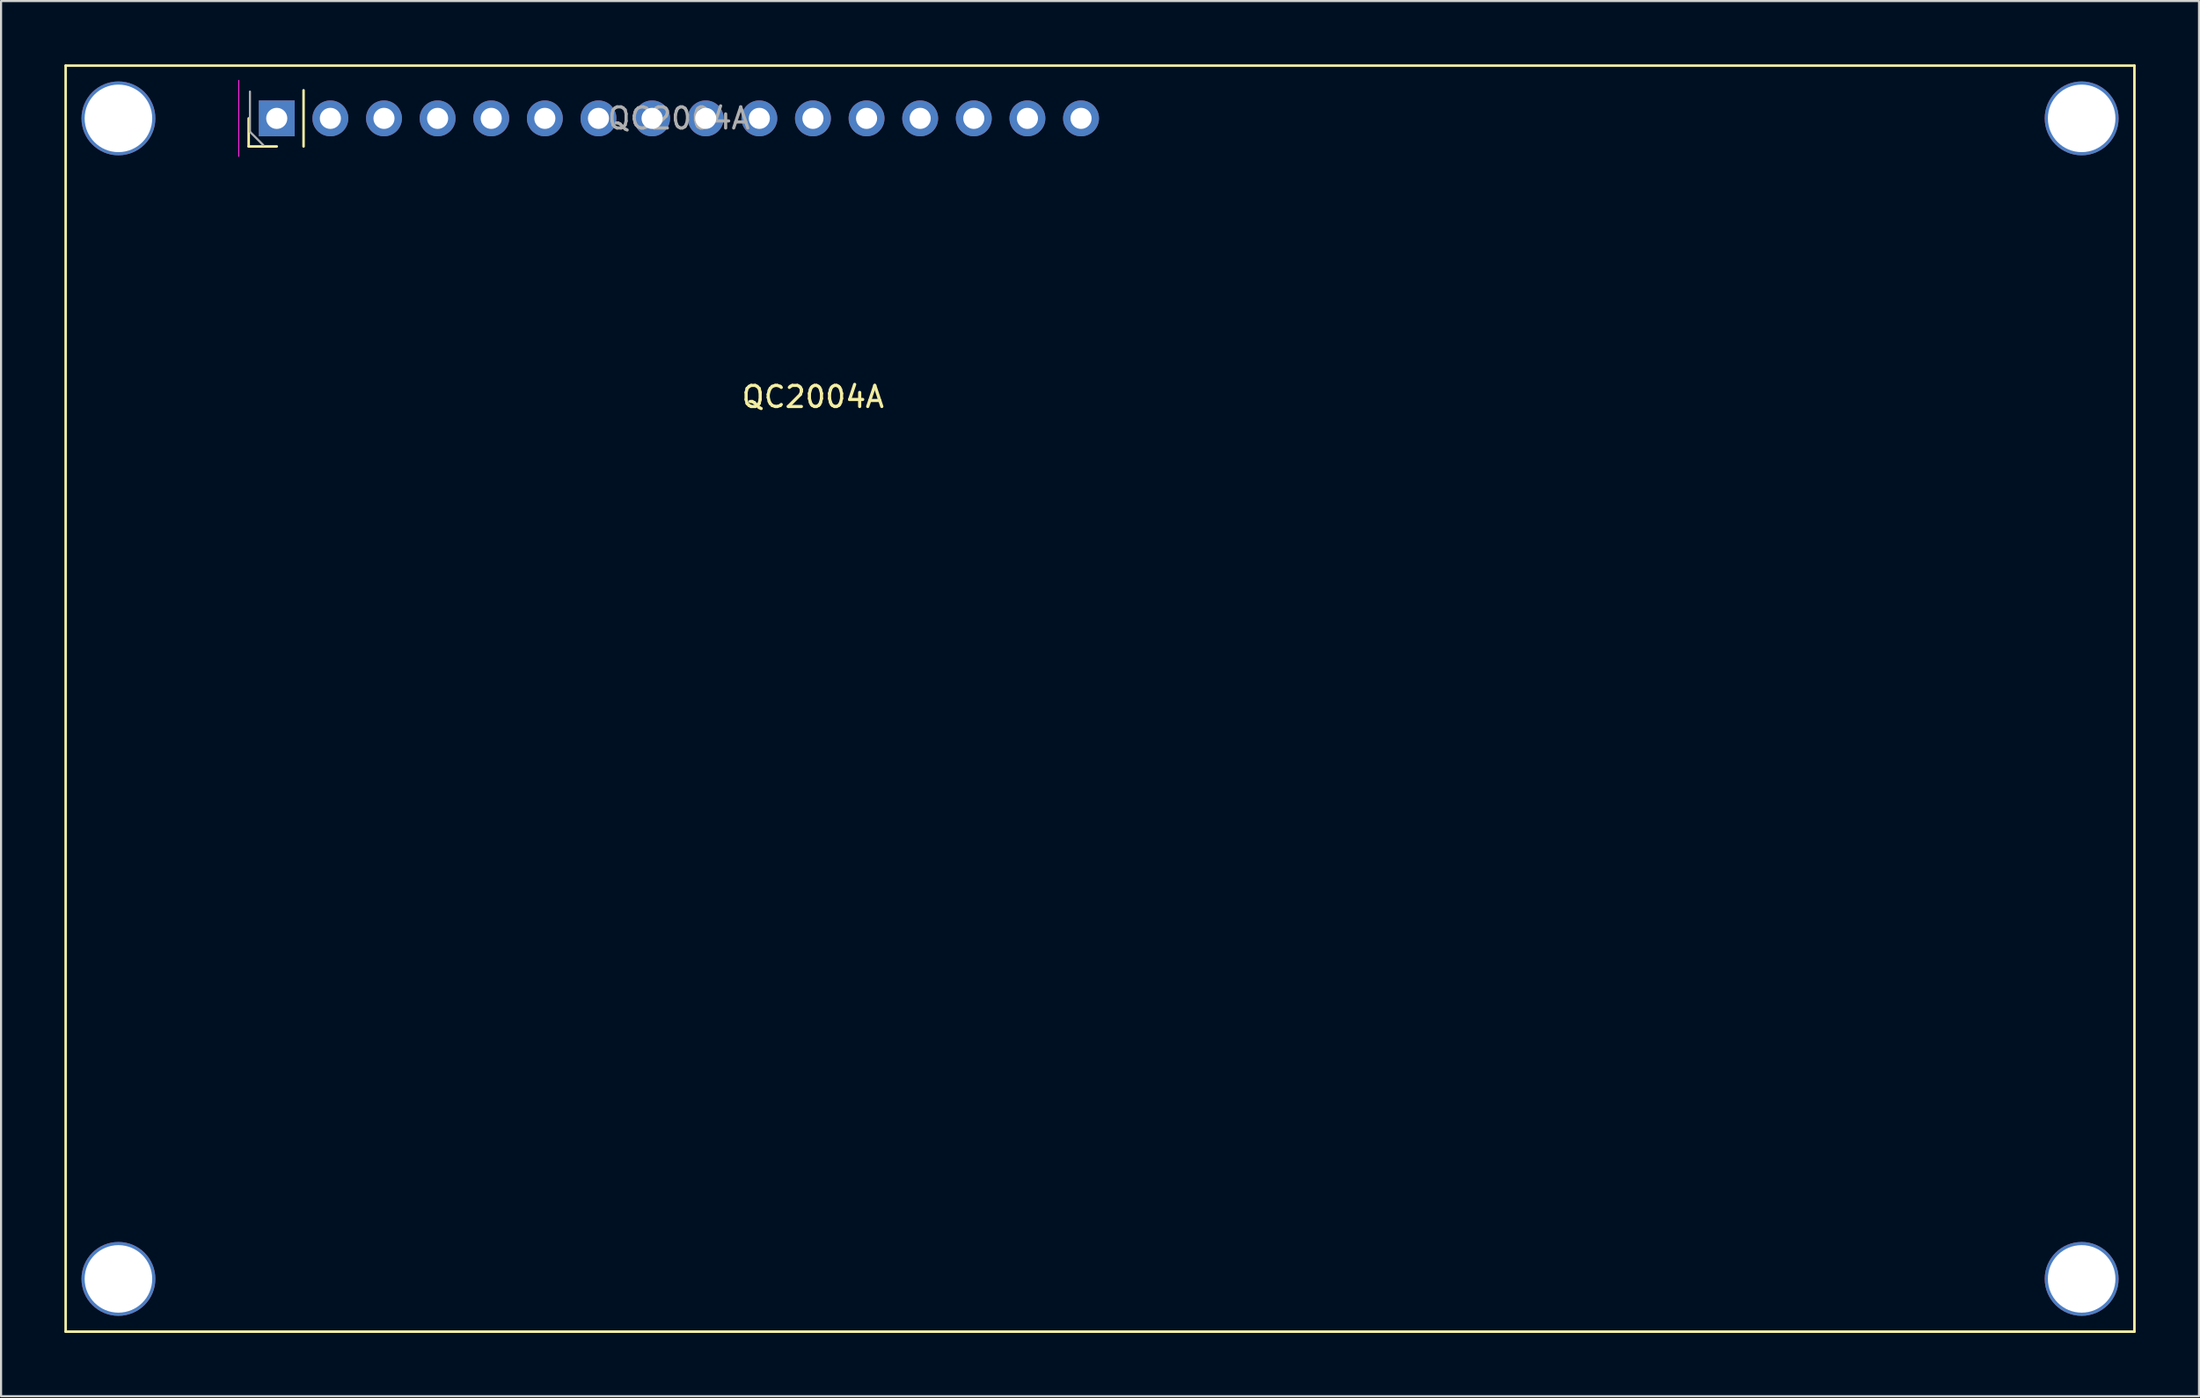
<source format=kicad_pcb>
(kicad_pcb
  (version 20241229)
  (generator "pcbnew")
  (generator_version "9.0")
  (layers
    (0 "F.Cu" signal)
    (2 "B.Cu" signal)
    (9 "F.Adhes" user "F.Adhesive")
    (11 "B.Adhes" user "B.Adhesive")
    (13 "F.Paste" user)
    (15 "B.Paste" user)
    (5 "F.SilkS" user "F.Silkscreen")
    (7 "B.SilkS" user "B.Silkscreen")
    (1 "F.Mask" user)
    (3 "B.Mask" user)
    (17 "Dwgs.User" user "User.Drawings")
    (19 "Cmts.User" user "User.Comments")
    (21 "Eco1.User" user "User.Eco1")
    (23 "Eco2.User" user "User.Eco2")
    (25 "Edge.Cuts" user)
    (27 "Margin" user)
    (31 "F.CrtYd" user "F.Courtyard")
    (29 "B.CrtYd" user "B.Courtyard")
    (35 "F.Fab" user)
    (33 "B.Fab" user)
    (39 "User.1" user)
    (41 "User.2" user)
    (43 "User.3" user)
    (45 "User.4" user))
  (footprint "QC2004A"
    (layer "F.Cu")
    (at 35.46 15.26)
    (property "Reference" "QC2004A" (at 0 0.5 0) (layer "F.SilkS") (effects (font (size 1 1) (thickness 0.15))))
    (attr through_hole)
    (fp_line (start -35.4 -15.2) (end 62.6 -15.2) (stroke (width 0.12) (type solid)) (layer "F.SilkS"))
    (fp_line (start -35.4 44.8) (end -35.4 -15.2) (stroke (width 0.12) (type solid)) (layer "F.SilkS"))
    (fp_line (start -35.4 44.8) (end 62.6 44.8) (stroke (width 0.12) (type solid)) (layer "F.SilkS"))
    (fp_line (start -26.73 -11.37) (end -26.73 -12.7) (stroke (width 0.12) (type solid)) (layer "F.SilkS"))
    (fp_line (start -25.4 -11.37) (end -26.73 -11.37) (stroke (width 0.12) (type solid)) (layer "F.SilkS"))
    (fp_line (start -24.13 -11.37) (end -24.13 -14.03) (stroke (width 0.12) (type solid)) (layer "F.SilkS"))
    (fp_line (start 62.6 -15.2) (end 62.6 44.8) (stroke (width 0.12) (type solid)) (layer "F.SilkS"))
    (fp_line (start -27.2 -14.5) (end -27.2 -10.9) (stroke (width 0.05) (type solid)) (layer "F.CrtYd"))
    (fp_line (start -26.67 -12.065) (end -26.67 -13.97) (stroke (width 0.1) (type solid)) (layer "F.Fab"))
    (fp_line (start -26.035 -11.43) (end -26.67 -12.065) (stroke (width 0.1) (type solid)) (layer "F.Fab"))
    (fp_text user "${REFERENCE}" (at -6.35 -12.7 180) (layer "F.Fab") (effects (font (size 1 1) (thickness 0.15))))
    (pad "1" thru_hole rect (at -25.4 -12.7 90) (size 1.7 1.7) (drill 1) (layers "*.Cu" "*.Mask"))
    (pad "2" thru_hole oval (at -22.86 -12.7 90) (size 1.7 1.7) (drill 1) (layers "*.Cu" "*.Mask"))
    (pad "3" thru_hole oval (at -20.32 -12.7 90) (size 1.7 1.7) (drill 1) (layers "*.Cu" "*.Mask"))
    (pad "4" thru_hole oval (at -17.78 -12.7 90) (size 1.7 1.7) (drill 1) (layers "*.Cu" "*.Mask"))
    (pad "5" thru_hole oval (at -15.24 -12.7 90) (size 1.7 1.7) (drill 1) (layers "*.Cu" "*.Mask"))
    (pad "6" thru_hole oval (at -12.7 -12.7 90) (size 1.7 1.7) (drill 1) (layers "*.Cu" "*.Mask"))
    (pad "7" thru_hole oval (at -10.16 -12.7 90) (size 1.7 1.7) (drill 1) (layers "*.Cu" "*.Mask"))
    (pad "8" thru_hole oval (at -7.62 -12.7 90) (size 1.7 1.7) (drill 1) (layers "*.Cu" "*.Mask"))
    (pad "9" thru_hole oval (at -5.08 -12.7 90) (size 1.7 1.7) (drill 1) (layers "*.Cu" "*.Mask"))
    (pad "10" thru_hole oval (at -2.54 -12.7 90) (size 1.7 1.7) (drill 1) (layers "*.Cu" "*.Mask"))
    (pad "11" thru_hole oval (at 0 -12.7 90) (size 1.7 1.7) (drill 1) (layers "*.Cu" "*.Mask"))
    (pad "12" thru_hole oval (at 2.54 -12.7 90) (size 1.7 1.7) (drill 1) (layers "*.Cu" "*.Mask"))
    (pad "13" thru_hole oval (at 5.08 -12.7 90) (size 1.7 1.7) (drill 1) (layers "*.Cu" "*.Mask"))
    (pad "14" thru_hole oval (at 7.62 -12.7 90) (size 1.7 1.7) (drill 1) (layers "*.Cu" "*.Mask"))
    (pad "15" thru_hole oval (at 10.16 -12.7 90) (size 1.7 1.7) (drill 1) (layers "*.Cu" "*.Mask"))
    (pad "16" thru_hole oval (at 12.7 -12.7 90) (size 1.7 1.7) (drill 1) (layers "*.Cu" "*.Mask"))
    (pad "17" thru_hole circle (at -32.9 -12.7) (size 3.5 3.5) (drill 3.2) (layers "*.Cu" "*.Mask"))
    (pad "17" thru_hole circle (at -32.9 42.3) (size 3.5 3.5) (drill 3.2) (layers "*.Cu" "*.Mask"))
    (pad "17" thru_hole circle (at 60.1 -12.7) (size 3.5 3.5) (drill 3.2) (layers "*.Cu" "*.Mask"))
    (pad "17" thru_hole circle (at 60.1 42.3) (size 3.5 3.5) (drill 3.2) (layers "*.Cu" "*.Mask")))
  (gr_rect
    (start -3 -3)
    (end 101.12 63.12)
    (stroke (width 0.1) (type default))
    (fill no)
    (layer "Edge.Cuts")))
</source>
